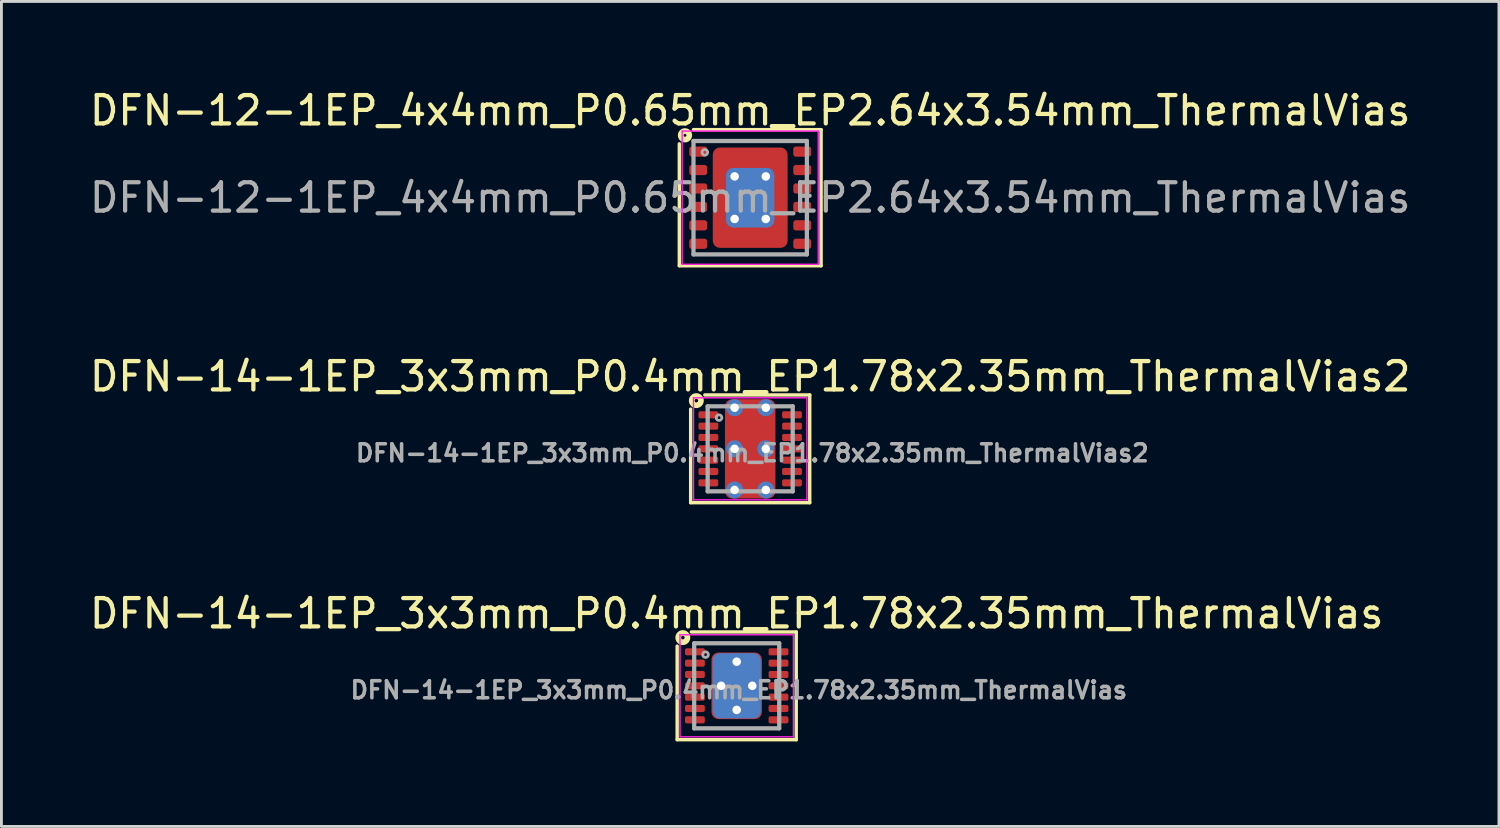
<source format=kicad_pcb>
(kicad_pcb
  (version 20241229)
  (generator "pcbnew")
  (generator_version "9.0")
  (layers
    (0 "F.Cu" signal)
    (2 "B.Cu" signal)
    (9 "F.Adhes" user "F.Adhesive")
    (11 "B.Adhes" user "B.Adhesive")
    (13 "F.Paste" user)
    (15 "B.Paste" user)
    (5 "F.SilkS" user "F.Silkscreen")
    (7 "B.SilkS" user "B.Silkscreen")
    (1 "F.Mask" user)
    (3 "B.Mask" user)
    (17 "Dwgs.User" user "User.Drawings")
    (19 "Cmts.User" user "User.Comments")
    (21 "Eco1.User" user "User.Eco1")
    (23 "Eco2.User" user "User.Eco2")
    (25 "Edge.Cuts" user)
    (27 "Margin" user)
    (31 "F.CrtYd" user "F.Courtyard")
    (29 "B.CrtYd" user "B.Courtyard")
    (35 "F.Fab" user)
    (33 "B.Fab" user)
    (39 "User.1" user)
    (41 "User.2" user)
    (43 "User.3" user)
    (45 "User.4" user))
  (footprint "DFN-12-1EP_4x4mm_P0.65mm_EP2.64x3.54mm_ThermalVias"
    (layer "F.Cu")
    (at 23.411 3.923)
    (property "Reference" "DFN-12-1EP_4x4mm_P0.65mm_EP2.64x3.54mm_ThermalVias" (at 0 -3.075 0) (layer "F.SilkS") (effects (font (size 1 1) (thickness 0.15))))
    (attr smd)
    (fp_line (start -2.5 2.4) (end -2.5 -1.9) (stroke (width 0.12) (type solid)) (layer "F.SilkS"))
    (fp_line (start -2 -2.4) (end 2.5 -2.4) (stroke (width 0.12) (type solid)) (layer "F.SilkS"))
    (fp_line (start 2.5 -2.4) (end 2.5 2.4) (stroke (width 0.12) (type solid)) (layer "F.SilkS"))
    (fp_line (start 2.5 2.4) (end -2.5 2.4) (stroke (width 0.12) (type solid)) (layer "F.SilkS"))
    (fp_circle (center -2.3 -2.2) (end -2.249 -2.2) (stroke (width 0.2) (type solid)) (fill no) (layer "F.SilkS"))
    (fp_line (start -2.4 -2.35) (end -2.4 2.35) (stroke (width 0.05) (type solid)) (layer "F.CrtYd"))
    (fp_line (start -2.4 -2.35) (end 2.4 -2.35) (stroke (width 0.05) (type solid)) (layer "F.CrtYd"))
    (fp_line (start -2.4 2.35) (end 2.4 2.35) (stroke (width 0.05) (type solid)) (layer "F.CrtYd"))
    (fp_line (start 2.4 -2.35) (end 2.4 2.35) (stroke (width 0.05) (type solid)) (layer "F.CrtYd"))
    (fp_line (start -2 -2) (end 2 -2) (stroke (width 0.15) (type solid)) (layer "F.Fab"))
    (fp_line (start -2 2) (end -2 -2) (stroke (width 0.15) (type solid)) (layer "F.Fab"))
    (fp_line (start 2 -2) (end 2 2) (stroke (width 0.15) (type solid)) (layer "F.Fab"))
    (fp_line (start 2 2) (end -2 2) (stroke (width 0.15) (type solid)) (layer "F.Fab"))
    (fp_circle (center -1.6 -1.6) (end -1.5 -1.6) (stroke (width 0.1) (type solid)) (fill no) (layer "F.Fab"))
    (fp_text user "${REFERENCE}" (at 0 0 0) (layer "F.Fab") (effects (font (size 1 1) (thickness 0.15))))
    (pad "" smd roundrect (at -0.95 -1.275) (size 0.6 0.85) (layers "F.Paste") (roundrect_rratio 0.25))
    (pad "" smd roundrect (at -0.95 0) (size 0.6 1.3) (layers "F.Paste") (roundrect_rratio 0.25))
    (pad "" smd roundrect (at -0.95 1.275) (size 0.6 0.85) (layers "F.Paste") (roundrect_rratio 0.25))
    (pad "" smd roundrect (at 0 -1.275) (size 0.9 0.85) (layers "F.Paste") (roundrect_rratio 0.25))
    (pad "" smd roundrect (at 0 0) (size 0.9 1.3) (layers "F.Paste") (roundrect_rratio 0.25))
    (pad "" smd roundrect (at 0 1.275) (size 0.9 0.85) (layers "F.Paste") (roundrect_rratio 0.25))
    (pad "" smd roundrect (at 0.95 -1.275) (size 0.6 0.85) (layers "F.Paste") (roundrect_rratio 0.25))
    (pad "" smd roundrect (at 0.95 0) (size 0.6 1.3) (layers "F.Paste") (roundrect_rratio 0.25))
    (pad "" smd roundrect (at 0.95 1.275) (size 0.6 0.85) (layers "F.Paste") (roundrect_rratio 0.25))
    (pad "1" smd roundrect (at -1.835 -1.625) (size 0.63 0.36) (layers "F.Cu" "F.Mask" "F.Paste") (roundrect_rratio 0.25))
    (pad "2" smd roundrect (at -1.835 -0.975) (size 0.63 0.36) (layers "F.Cu" "F.Mask" "F.Paste") (roundrect_rratio 0.25))
    (pad "3" smd roundrect (at -1.835 -0.325) (size 0.63 0.36) (layers "F.Cu" "F.Mask" "F.Paste") (roundrect_rratio 0.25))
    (pad "4" smd roundrect (at -1.835 0.325) (size 0.63 0.36) (layers "F.Cu" "F.Mask" "F.Paste") (roundrect_rratio 0.25))
    (pad "5" smd roundrect (at -1.835 0.975) (size 0.63 0.36) (layers "F.Cu" "F.Mask" "F.Paste") (roundrect_rratio 0.25))
    (pad "6" smd roundrect (at -1.835 1.625) (size 0.63 0.36) (layers "F.Cu" "F.Mask" "F.Paste") (roundrect_rratio 0.25))
    (pad "7" smd roundrect (at 1.835 1.625) (size 0.63 0.36) (layers "F.Cu" "F.Mask" "F.Paste") (roundrect_rratio 0.25))
    (pad "8" smd roundrect (at 1.835 0.975) (size 0.63 0.36) (layers "F.Cu" "F.Mask" "F.Paste") (roundrect_rratio 0.25))
    (pad "9" smd roundrect (at 1.835 0.325) (size 0.63 0.36) (layers "F.Cu" "F.Mask" "F.Paste") (roundrect_rratio 0.25))
    (pad "10" smd roundrect (at 1.835 -0.325) (size 0.63 0.36) (layers "F.Cu" "F.Mask" "F.Paste") (roundrect_rratio 0.25))
    (pad "11" smd roundrect (at 1.835 -0.975) (size 0.63 0.36) (layers "F.Cu" "F.Mask" "F.Paste") (roundrect_rratio 0.25))
    (pad "12" smd roundrect (at 1.835 -1.625) (size 0.63 0.36) (layers "F.Cu" "F.Mask" "F.Paste") (roundrect_rratio 0.25))
    (pad "13" thru_hole circle (at -0.55 -0.75) (size 0.6 0.6) (drill 0.3) (property pad_prop_heatsink) (layers "*.Cu"))
    (pad "13" thru_hole circle (at -0.55 0.75) (size 0.6 0.6) (drill 0.3) (property pad_prop_heatsink) (layers "*.Cu"))
    (pad "13" smd roundrect (at 0 0) (size 1.7 2.1) (layers "B.Cu" "B.Mask") (roundrect_rratio 0.147))
    (pad "13" smd roundrect (at 0 0) (size 2.64 3.54) (layers "F.Cu" "F.Mask") (roundrect_rratio 0.095))
    (pad "13" thru_hole circle (at 0.55 -0.75) (size 0.6 0.6) (drill 0.3) (property pad_prop_heatsink) (layers "*.Cu"))
    (pad "13" thru_hole circle (at 0.55 0.75) (size 0.6 0.6) (drill 0.3) (property pad_prop_heatsink) (layers "*.Cu")))
  (footprint "DFN-14-1EP_3x3mm_P0.4mm_EP1.78x2.35mm_ThermalVias"
    (layer "F.Cu")
    (at 22.935 21.14)
    (property "Reference" "DFN-14-1EP_3x3mm_P0.4mm_EP1.78x2.35mm_ThermalVias" (at 0 -2.55 0) (layer "F.SilkS") (effects (font (size 1 1) (thickness 0.15))))
    (attr smd)
    (fp_line (start -2.1 1.9) (end -2.1 -1.4) (stroke (width 0.12) (type solid)) (layer "F.SilkS"))
    (fp_line (start -1.6 -1.9) (end 2.1 -1.9) (stroke (width 0.12) (type solid)) (layer "F.SilkS"))
    (fp_line (start 2.1 -1.9) (end 2.1 1.9) (stroke (width 0.12) (type solid)) (layer "F.SilkS"))
    (fp_line (start 2.1 1.9) (end -2.1 1.9) (stroke (width 0.12) (type solid)) (layer "F.SilkS"))
    (fp_circle (center -1.9 -1.7) (end -1.837 -1.7) (stroke (width 0.2) (type solid)) (fill no) (layer "F.SilkS"))
    (fp_line (start -2 -1.8) (end -2 1.8) (stroke (width 0.05) (type solid)) (layer "F.CrtYd"))
    (fp_line (start -2 -1.8) (end 2 -1.8) (stroke (width 0.05) (type solid)) (layer "F.CrtYd"))
    (fp_line (start -2 1.8) (end 2 1.8) (stroke (width 0.05) (type solid)) (layer "F.CrtYd"))
    (fp_line (start 2 -1.8) (end 2 1.8) (stroke (width 0.05) (type solid)) (layer "F.CrtYd"))
    (fp_line (start -1.5 -1.5) (end 1.5 -1.5) (stroke (width 0.15) (type solid)) (layer "F.Fab"))
    (fp_line (start -1.5 1.5) (end -1.5 -1.5) (stroke (width 0.15) (type solid)) (layer "F.Fab"))
    (fp_line (start 1.5 -1.5) (end 1.5 1.5) (stroke (width 0.15) (type solid)) (layer "F.Fab"))
    (fp_line (start 1.5 1.5) (end -1.5 1.5) (stroke (width 0.15) (type solid)) (layer "F.Fab"))
    (fp_circle (center -1.1 -1.1) (end -1 -1.1) (stroke (width 0.1) (type solid)) (fill no) (layer "F.Fab"))
    (fp_text user "${REFERENCE}" (at 0.075 0.15 0) (layer "F.Fab") (effects (font (size 0.6 0.6) (thickness 0.125))))
    (pad "" smd roundrect (at -0.45 -0.588) (size 0.7 0.97) (layers "F.Paste") (roundrect_rratio 0.25))
    (pad "" smd roundrect (at -0.45 0.588) (size 0.7 0.97) (layers "F.Paste") (roundrect_rratio 0.25))
    (pad "" smd roundrect (at 0.45 -0.588) (size 0.7 0.97) (layers "F.Paste") (roundrect_rratio 0.25))
    (pad "" smd roundrect (at 0.45 0.588) (size 0.7 0.97) (layers "F.Paste") (roundrect_rratio 0.25))
    (pad "1" smd roundrect (at -1.475 -1.2) (size 0.7 0.25) (layers "F.Cu" "F.Mask" "F.Paste") (roundrect_rratio 0.25))
    (pad "2" smd roundrect (at -1.475 -0.8) (size 0.7 0.25) (layers "F.Cu" "F.Mask" "F.Paste") (roundrect_rratio 0.25))
    (pad "3" smd roundrect (at -1.475 -0.4) (size 0.7 0.25) (layers "F.Cu" "F.Mask" "F.Paste") (roundrect_rratio 0.25))
    (pad "4" smd roundrect (at -1.475 0) (size 0.7 0.25) (layers "F.Cu" "F.Mask" "F.Paste") (roundrect_rratio 0.25))
    (pad "5" smd roundrect (at -1.475 0.4) (size 0.7 0.25) (layers "F.Cu" "F.Mask" "F.Paste") (roundrect_rratio 0.25))
    (pad "6" smd roundrect (at -1.475 0.8) (size 0.7 0.25) (layers "F.Cu" "F.Mask" "F.Paste") (roundrect_rratio 0.25))
    (pad "7" smd roundrect (at -1.475 1.2) (size 0.7 0.25) (layers "F.Cu" "F.Mask" "F.Paste") (roundrect_rratio 0.25))
    (pad "8" smd roundrect (at 1.475 1.2) (size 0.7 0.25) (layers "F.Cu" "F.Mask" "F.Paste") (roundrect_rratio 0.25))
    (pad "9" smd roundrect (at 1.475 0.8) (size 0.7 0.25) (layers "F.Cu" "F.Mask" "F.Paste") (roundrect_rratio 0.25))
    (pad "10" smd roundrect (at 1.475 0.4) (size 0.7 0.25) (layers "F.Cu" "F.Mask" "F.Paste") (roundrect_rratio 0.25))
    (pad "11" smd roundrect (at 1.475 0) (size 0.7 0.25) (layers "F.Cu" "F.Mask" "F.Paste") (roundrect_rratio 0.25))
    (pad "12" smd roundrect (at 1.475 -0.4) (size 0.7 0.25) (layers "F.Cu" "F.Mask" "F.Paste") (roundrect_rratio 0.25))
    (pad "13" smd roundrect (at 1.475 -0.8) (size 0.7 0.25) (layers "F.Cu" "F.Mask" "F.Paste") (roundrect_rratio 0.25))
    (pad "14" smd roundrect (at 1.475 -1.2) (size 0.7 0.25) (layers "F.Cu" "F.Mask" "F.Paste") (roundrect_rratio 0.25))
    (pad "15" thru_hole circle (at -0.55 0) (size 0.6 0.6) (drill 0.3) (property pad_prop_heatsink) (layers "*.Cu"))
    (pad "15" thru_hole circle (at 0 -0.85) (size 0.6 0.6) (drill 0.3) (property pad_prop_heatsink) (layers "*.Cu"))
    (pad "15" smd roundrect (at 0 0) (size 1.7 2.3) (layers "B.Cu" "B.Mask") (roundrect_rratio 0.147))
    (pad "15" smd roundrect (at 0 0) (size 1.78 2.35) (layers "F.Cu" "F.Mask") (roundrect_rratio 0.14))
    (pad "15" thru_hole circle (at 0 0.85) (size 0.6 0.6) (drill 0.3) (property pad_prop_heatsink) (layers "*.Cu"))
    (pad "15" thru_hole circle (at 0.55 0) (size 0.6 0.6) (drill 0.3) (property pad_prop_heatsink) (layers "*.Cu")))
  (footprint "DFN-14-1EP_3x3mm_P0.4mm_EP1.78x2.35mm_ThermalVias2"
    (layer "F.Cu")
    (at 23.411 12.781)
    (property "Reference" "DFN-14-1EP_3x3mm_P0.4mm_EP1.78x2.35mm_ThermalVias2" (at 0 -2.55 0) (layer "F.SilkS") (effects (font (size 1 1) (thickness 0.15))))
    (attr smd)
    (fp_line (start -2.1 1.9) (end -2.1 -1.4) (stroke (width 0.12) (type solid)) (layer "F.SilkS"))
    (fp_line (start -1.6 -1.9) (end 2.1 -1.9) (stroke (width 0.12) (type solid)) (layer "F.SilkS"))
    (fp_line (start 2.1 -1.9) (end 2.1 1.9) (stroke (width 0.12) (type solid)) (layer "F.SilkS"))
    (fp_line (start 2.1 1.9) (end -2.1 1.9) (stroke (width 0.12) (type solid)) (layer "F.SilkS"))
    (fp_circle (center -1.9 -1.7) (end -1.837 -1.7) (stroke (width 0.2) (type solid)) (fill no) (layer "F.SilkS"))
    (fp_line (start -2 -1.8) (end -2 1.8) (stroke (width 0.05) (type solid)) (layer "F.CrtYd"))
    (fp_line (start -2 -1.8) (end 2 -1.8) (stroke (width 0.05) (type solid)) (layer "F.CrtYd"))
    (fp_line (start -2 1.8) (end 2 1.8) (stroke (width 0.05) (type solid)) (layer "F.CrtYd"))
    (fp_line (start 2 -1.8) (end 2 1.8) (stroke (width 0.05) (type solid)) (layer "F.CrtYd"))
    (fp_line (start -1.5 -1.5) (end 1.5 -1.5) (stroke (width 0.15) (type solid)) (layer "F.Fab"))
    (fp_line (start -1.5 1.5) (end -1.5 -1.5) (stroke (width 0.15) (type solid)) (layer "F.Fab"))
    (fp_line (start 1.5 -1.5) (end 1.5 1.5) (stroke (width 0.15) (type solid)) (layer "F.Fab"))
    (fp_line (start 1.5 1.5) (end -1.5 1.5) (stroke (width 0.15) (type solid)) (layer "F.Fab"))
    (fp_circle (center -1.1 -1.1) (end -1 -1.1) (stroke (width 0.1) (type solid)) (fill no) (layer "F.Fab"))
    (fp_text user "${REFERENCE}" (at 0.075 0.15 0) (layer "F.Fab") (effects (font (size 0.6 0.6) (thickness 0.125))))
    (pad "" smd roundrect (at -0.398 -0.725) (size 0.605 0.65) (layers "F.Paste") (roundrect_rratio 0.25))
    (pad "" smd roundrect (at -0.398 0.725) (size 0.605 0.65) (layers "F.Paste") (roundrect_rratio 0.25))
    (pad "" smd roundrect (at 0 -0.725) (size 1.6 0.85) (layers "F.Mask") (roundrect_rratio 0.25))
    (pad "" smd roundrect (at 0 0.725) (size 1.6 0.85) (layers "F.Mask") (roundrect_rratio 0.25))
    (pad "" smd roundrect (at 0.4 -0.725) (size 0.6 0.65) (layers "F.Paste") (roundrect_rratio 0.25))
    (pad "" smd roundrect (at 0.4 0.725) (size 0.6 0.65) (layers "F.Paste") (roundrect_rratio 0.25))
    (pad "1" smd roundrect (at -1.475 -1.2) (size 0.7 0.25) (layers "F.Cu" "F.Mask" "F.Paste") (roundrect_rratio 0.25))
    (pad "2" smd roundrect (at -1.475 -0.8) (size 0.7 0.25) (layers "F.Cu" "F.Mask" "F.Paste") (roundrect_rratio 0.25))
    (pad "3" smd roundrect (at -1.475 -0.4) (size 0.7 0.25) (layers "F.Cu" "F.Mask" "F.Paste") (roundrect_rratio 0.25))
    (pad "4" smd roundrect (at -1.475 0) (size 0.7 0.25) (layers "F.Cu" "F.Mask" "F.Paste") (roundrect_rratio 0.25))
    (pad "5" smd roundrect (at -1.475 0.4) (size 0.7 0.25) (layers "F.Cu" "F.Mask" "F.Paste") (roundrect_rratio 0.25))
    (pad "6" smd roundrect (at -1.475 0.8) (size 0.7 0.25) (layers "F.Cu" "F.Mask" "F.Paste") (roundrect_rratio 0.25))
    (pad "7" smd roundrect (at -1.475 1.2) (size 0.7 0.25) (layers "F.Cu" "F.Mask" "F.Paste") (roundrect_rratio 0.25))
    (pad "8" smd roundrect (at 1.475 1.2) (size 0.7 0.25) (layers "F.Cu" "F.Mask" "F.Paste") (roundrect_rratio 0.25))
    (pad "9" smd roundrect (at 1.475 0.8) (size 0.7 0.25) (layers "F.Cu" "F.Mask" "F.Paste") (roundrect_rratio 0.25))
    (pad "10" smd roundrect (at 1.475 0.4) (size 0.7 0.25) (layers "F.Cu" "F.Mask" "F.Paste") (roundrect_rratio 0.25))
    (pad "11" smd roundrect (at 1.475 0) (size 0.7 0.25) (layers "F.Cu" "F.Mask" "F.Paste") (roundrect_rratio 0.25))
    (pad "12" smd roundrect (at 1.475 -0.4) (size 0.7 0.25) (layers "F.Cu" "F.Mask" "F.Paste") (roundrect_rratio 0.25))
    (pad "13" smd roundrect (at 1.475 -0.8) (size 0.7 0.25) (layers "F.Cu" "F.Mask" "F.Paste") (roundrect_rratio 0.25))
    (pad "14" smd roundrect (at 1.475 -1.2) (size 0.7 0.25) (layers "F.Cu" "F.Mask" "F.Paste") (roundrect_rratio 0.25))
    (pad "15" thru_hole circle (at -0.55 -1.45) (size 0.6 0.6) (drill 0.3) (property pad_prop_heatsink) (layers "*.Cu" "*.Mask"))
    (pad "15" thru_hole circle (at -0.55 0) (size 0.6 0.6) (drill 0.3) (property pad_prop_heatsink) (layers "*.Cu" "*.Mask"))
    (pad "15" thru_hole circle (at -0.55 1.45) (size 0.6 0.6) (drill 0.3) (property pad_prop_heatsink) (layers "*.Cu" "*.Mask"))
    (pad "15" smd roundrect (at 0 0) (size 1.78 3.5) (layers "F.Cu") (roundrect_rratio 0.14))
    (pad "15" thru_hole circle (at 0.55 -1.45) (size 0.6 0.6) (drill 0.3) (property pad_prop_heatsink) (layers "*.Cu" "*.Mask"))
    (pad "15" thru_hole circle (at 0.55 0) (size 0.6 0.6) (drill 0.3) (property pad_prop_heatsink) (layers "*.Cu" "*.Mask"))
    (pad "15" thru_hole circle (at 0.55 1.45) (size 0.6 0.6) (drill 0.3) (property pad_prop_heatsink) (layers "*.Cu" "*.Mask")))
  (gr_rect
    (start -3 -3)
    (end 49.821 26.1)
    (stroke (width 0.1) (type default))
    (fill no)
    (layer "Edge.Cuts")))
</source>
